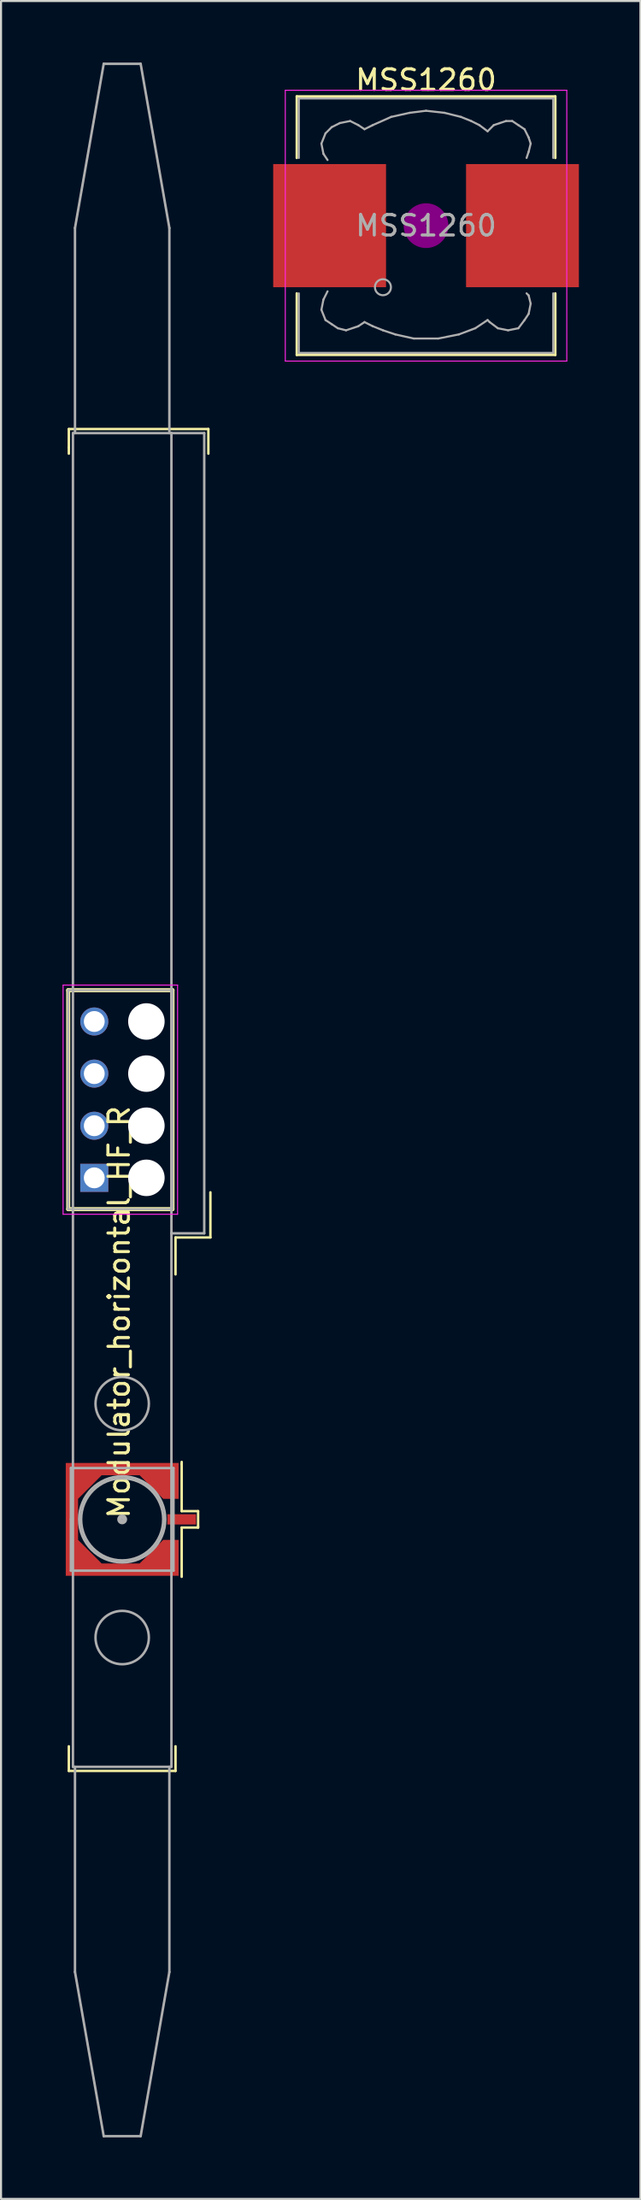
<source format=kicad_pcb>
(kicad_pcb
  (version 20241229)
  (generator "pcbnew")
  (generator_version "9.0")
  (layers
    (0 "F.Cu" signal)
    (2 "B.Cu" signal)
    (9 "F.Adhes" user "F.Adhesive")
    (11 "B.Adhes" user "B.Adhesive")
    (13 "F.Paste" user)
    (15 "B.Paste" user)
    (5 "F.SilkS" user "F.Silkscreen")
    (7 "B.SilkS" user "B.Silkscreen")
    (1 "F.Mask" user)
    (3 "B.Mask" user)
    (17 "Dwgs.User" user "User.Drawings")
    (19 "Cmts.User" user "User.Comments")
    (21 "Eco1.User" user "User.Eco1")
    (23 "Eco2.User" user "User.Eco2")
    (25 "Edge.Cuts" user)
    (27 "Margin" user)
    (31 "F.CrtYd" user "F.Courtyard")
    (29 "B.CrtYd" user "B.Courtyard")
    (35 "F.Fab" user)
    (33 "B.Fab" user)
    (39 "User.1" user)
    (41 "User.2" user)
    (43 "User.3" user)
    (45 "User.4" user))
  (footprint "MSS1260"
    (layer "F.Cu")
    (at 17.715 7.948)
    (property "Reference" "MSS1260" (at 0 -7.1 0) (layer "F.SilkS") (effects (font (size 1 1) (thickness 0.15))))
    (attr smd)
    (fp_line (start -6.3 -6.3) (end 6.3 -6.3) (stroke (width 0.12) (type solid)) (layer "F.SilkS"))
    (fp_line (start -6.3 -3.3) (end -6.3 -6.3) (stroke (width 0.12) (type solid)) (layer "F.SilkS"))
    (fp_line (start -6.3 6.3) (end -6.3 3.3) (stroke (width 0.12) (type solid)) (layer "F.SilkS"))
    (fp_line (start 6.3 -6.3) (end 6.3 -3.3) (stroke (width 0.12) (type solid)) (layer "F.SilkS"))
    (fp_line (start 6.3 3.3) (end 6.3 6.3) (stroke (width 0.12) (type solid)) (layer "F.SilkS"))
    (fp_line (start 6.3 6.3) (end -6.3 6.3) (stroke (width 0.12) (type solid)) (layer "F.SilkS"))
    (fp_circle (center 0 0) (end 0.15 0.15) (stroke (width 0.38) (type solid)) (fill no) (layer "F.Adhes"))
    (fp_circle (center 0 0) (end 0.55 0) (stroke (width 0.38) (type solid)) (fill no) (layer "F.Adhes"))
    (fp_circle (center 0 0) (end 0.9 0) (stroke (width 0.38) (type solid)) (fill no) (layer "F.Adhes"))
    (fp_line (start -6.86 -6.6) (end 6.86 -6.6) (stroke (width 0.05) (type solid)) (layer "F.CrtYd"))
    (fp_line (start -6.86 6.6) (end -6.86 -6.6) (stroke (width 0.05) (type solid)) (layer "F.CrtYd"))
    (fp_line (start 6.86 -6.6) (end 6.86 6.6) (stroke (width 0.05) (type solid)) (layer "F.CrtYd"))
    (fp_line (start 6.86 6.6) (end -6.86 6.6) (stroke (width 0.05) (type solid)) (layer "F.CrtYd"))
    (fp_line (start -6.2 -6.2) (end -6.2 -3.3) (stroke (width 0.1) (type solid)) (layer "F.Fab"))
    (fp_line (start -6.2 3.3) (end -6.2 6.2) (stroke (width 0.1) (type solid)) (layer "F.Fab"))
    (fp_line (start -6.2 6.2) (end 6.2 6.2) (stroke (width 0.1) (type solid)) (layer "F.Fab"))
    (fp_line (start -5.1 -4) (end -5 -3.5) (stroke (width 0.1) (type solid)) (layer "F.Fab"))
    (fp_line (start -5.1 4.1) (end -5 3.6) (stroke (width 0.1) (type solid)) (layer "F.Fab"))
    (fp_line (start -5 -3.5) (end -4.8 -3.2) (stroke (width 0.1) (type solid)) (layer "F.Fab"))
    (fp_line (start -5 3.6) (end -4.8 3.2) (stroke (width 0.1) (type solid)) (layer "F.Fab"))
    (fp_line (start -4.9 -4.5) (end -5.1 -4) (stroke (width 0.1) (type solid)) (layer "F.Fab"))
    (fp_line (start -4.9 4.6) (end -5.1 4.1) (stroke (width 0.1) (type solid)) (layer "F.Fab"))
    (fp_line (start -4.6 -4.8) (end -4.9 -4.5) (stroke (width 0.1) (type solid)) (layer "F.Fab"))
    (fp_line (start -4.6 4.8) (end -4.9 4.6) (stroke (width 0.1) (type solid)) (layer "F.Fab"))
    (fp_line (start -4.3 5) (end -4.6 4.8) (stroke (width 0.1) (type solid)) (layer "F.Fab"))
    (fp_line (start -4.2 -5) (end -4.6 -4.8) (stroke (width 0.1) (type solid)) (layer "F.Fab"))
    (fp_line (start -3.9 5.1) (end -4.3 5) (stroke (width 0.1) (type solid)) (layer "F.Fab"))
    (fp_line (start -3.7 -5.1) (end -4.2 -5) (stroke (width 0.1) (type solid)) (layer "F.Fab"))
    (fp_line (start -3.3 -4.9) (end -3.7 -5.1) (stroke (width 0.1) (type solid)) (layer "F.Fab"))
    (fp_line (start -3.3 4.9) (end -3.9 5.1) (stroke (width 0.1) (type solid)) (layer "F.Fab"))
    (fp_line (start -3 -4.7) (end -3.3 -4.9) (stroke (width 0.1) (type solid)) (layer "F.Fab"))
    (fp_line (start -3 4.7) (end -3.3 4.9) (stroke (width 0.1) (type solid)) (layer "F.Fab"))
    (fp_line (start -2.6 -4.9) (end -3 -4.7) (stroke (width 0.1) (type solid)) (layer "F.Fab"))
    (fp_line (start -2.6 4.9) (end -3 4.7) (stroke (width 0.1) (type solid)) (layer "F.Fab"))
    (fp_line (start -2.1 5.1) (end -2.6 4.9) (stroke (width 0.1) (type solid)) (layer "F.Fab"))
    (fp_line (start -1.7 -5.3) (end -2.6 -4.9) (stroke (width 0.1) (type solid)) (layer "F.Fab"))
    (fp_line (start -1.5 5.3) (end -2.1 5.1) (stroke (width 0.1) (type solid)) (layer "F.Fab"))
    (fp_line (start -0.8 -5.5) (end -1.7 -5.3) (stroke (width 0.1) (type solid)) (layer "F.Fab"))
    (fp_line (start -0.6 5.5) (end -1.5 5.3) (stroke (width 0.1) (type solid)) (layer "F.Fab"))
    (fp_line (start 0 -5.6) (end -0.8 -5.5) (stroke (width 0.1) (type solid)) (layer "F.Fab"))
    (fp_line (start 0.6 5.5) (end -0.6 5.5) (stroke (width 0.1) (type solid)) (layer "F.Fab"))
    (fp_line (start 0.9 -5.5) (end 0 -5.6) (stroke (width 0.1) (type solid)) (layer "F.Fab"))
    (fp_line (start 1.6 5.3) (end 0.6 5.5) (stroke (width 0.1) (type solid)) (layer "F.Fab"))
    (fp_line (start 1.7 -5.3) (end 0.9 -5.5) (stroke (width 0.1) (type solid)) (layer "F.Fab"))
    (fp_line (start 2.2 -5.1) (end 1.7 -5.3) (stroke (width 0.1) (type solid)) (layer "F.Fab"))
    (fp_line (start 2.4 5) (end 1.6 5.3) (stroke (width 0.1) (type solid)) (layer "F.Fab"))
    (fp_line (start 2.6 -4.9) (end 2.2 -5.1) (stroke (width 0.1) (type solid)) (layer "F.Fab"))
    (fp_line (start 3 -4.6) (end 2.6 -4.9) (stroke (width 0.1) (type solid)) (layer "F.Fab"))
    (fp_line (start 3 4.6) (end 2.4 5) (stroke (width 0.1) (type solid)) (layer "F.Fab"))
    (fp_line (start 3.1 4.7) (end 3 4.6) (stroke (width 0.1) (type solid)) (layer "F.Fab"))
    (fp_line (start 3.3 -4.9) (end 3 -4.6) (stroke (width 0.1) (type solid)) (layer "F.Fab"))
    (fp_line (start 3.5 5) (end 3.1 4.7) (stroke (width 0.1) (type solid)) (layer "F.Fab"))
    (fp_line (start 3.6 -5) (end 3.3 -4.9) (stroke (width 0.1) (type solid)) (layer "F.Fab"))
    (fp_line (start 3.9 -5.1) (end 3.6 -5) (stroke (width 0.1) (type solid)) (layer "F.Fab"))
    (fp_line (start 4 5.1) (end 3.5 5) (stroke (width 0.1) (type solid)) (layer "F.Fab"))
    (fp_line (start 4.2 -5.1) (end 3.9 -5.1) (stroke (width 0.1) (type solid)) (layer "F.Fab"))
    (fp_line (start 4.5 -4.9) (end 4.2 -5.1) (stroke (width 0.1) (type solid)) (layer "F.Fab"))
    (fp_line (start 4.5 5) (end 4 5.1) (stroke (width 0.1) (type solid)) (layer "F.Fab"))
    (fp_line (start 4.8 -4.7) (end 4.5 -4.9) (stroke (width 0.1) (type solid)) (layer "F.Fab"))
    (fp_line (start 4.8 4.6) (end 4.5 5) (stroke (width 0.1) (type solid)) (layer "F.Fab"))
    (fp_line (start 4.9 -3.3) (end 5 -3.6) (stroke (width 0.1) (type solid)) (layer "F.Fab"))
    (fp_line (start 4.9 3.3) (end 5 3.4) (stroke (width 0.1) (type solid)) (layer "F.Fab"))
    (fp_line (start 5 -4.3) (end 4.8 -4.7) (stroke (width 0.1) (type solid)) (layer "F.Fab"))
    (fp_line (start 5 -3.6) (end 5.1 -4) (stroke (width 0.1) (type solid)) (layer "F.Fab"))
    (fp_line (start 5 3.4) (end 5.1 3.8) (stroke (width 0.1) (type solid)) (layer "F.Fab"))
    (fp_line (start 5 4.3) (end 4.8 4.6) (stroke (width 0.1) (type solid)) (layer "F.Fab"))
    (fp_line (start 5.1 -4) (end 5 -4.3) (stroke (width 0.1) (type solid)) (layer "F.Fab"))
    (fp_line (start 5.1 3.8) (end 5 4.3) (stroke (width 0.1) (type solid)) (layer "F.Fab"))
    (fp_line (start 6.2 -6.2) (end -6.2 -6.2) (stroke (width 0.1) (type solid)) (layer "F.Fab"))
    (fp_line (start 6.2 -6.2) (end 6.2 -3.3) (stroke (width 0.1) (type solid)) (layer "F.Fab"))
    (fp_line (start 6.2 6.2) (end 6.2 3.3) (stroke (width 0.1) (type solid)) (layer "F.Fab"))
    (fp_circle (center -2.1 3) (end -1.8 3.25) (stroke (width 0.1) (type solid)) (fill no) (layer "F.Fab"))
    (fp_text user "${REFERENCE}" (at 0 0 0) (layer "F.Fab") (effects (font (size 1 1) (thickness 0.15))))
    (pad "1" smd rect (at -4.7 0) (size 5.5 6) (layers "F.Cu" "F.Mask" "F.Paste"))
    (pad "2" smd rect (at 4.7 0) (size 5.5 6) (layers "F.Cu" "F.Mask" "F.Paste")))
  (footprint "Modulator_horizontal_HF_R"
    (layer "F.Cu")
    (at 0.505 18.06)
    (property "Reference" "Modulator_horizontal_HF_R" (at 2.25 42.84 90) (layer "F.SilkS") (effects (font (size 1 1) (thickness 0.15))))
    (attr through_hole)
    (fp_poly (pts (xy 5.15 55.69) (xy 5.15 53.94) (xy 4.4 53.94) (xy 3.25 55.09) (xy 1.4 55.09) (xy 0.25 53.94) (xy 0.25 51.94) (xy 1.4 50.79) (xy 3.25 50.79) (xy 4.4 51.94) (xy 5.15 51.94) (xy 5.15 50.19) (xy -0.35 50.19) (xy -0.35 55.69)) (stroke (width 0.1) (type solid)) (fill yes) (layer "F.Mask"))
    (fp_line (start -0.23 27.15) (end -0.23 37.82) (stroke (width 0.2) (type solid)) (layer "F.SilkS"))
    (fp_line (start -0.23 37.82) (end 4.85 37.82) (stroke (width 0.2) (type solid)) (layer "F.SilkS"))
    (fp_line (start -0.2 -0.2) (end -0.2 0.7) (stroke (width 0.12) (type solid)) (layer "F.SilkS"))
    (fp_line (start -0.2 0.7) (end -0.2 1) (stroke (width 0.12) (type solid)) (layer "F.SilkS"))
    (fp_line (start -0.2 64) (end -0.2 65.2) (stroke (width 0.12) (type solid)) (layer "F.SilkS"))
    (fp_line (start -0.2 65.2) (end 5 65.2) (stroke (width 0.12) (type solid)) (layer "F.SilkS"))
    (fp_line (start 4.85 27.15) (end -0.23 27.15) (stroke (width 0.2) (type solid)) (layer "F.SilkS"))
    (fp_line (start 4.85 37.82) (end 4.85 27.15) (stroke (width 0.2) (type solid)) (layer "F.SilkS"))
    (fp_line (start 5 39.2) (end 5 41) (stroke (width 0.12) (type solid)) (layer "F.SilkS"))
    (fp_line (start 5 65.2) (end 5 64) (stroke (width 0.12) (type solid)) (layer "F.SilkS"))
    (fp_line (start 5.3 50.24) (end 5.3 50.14) (stroke (width 0.12) (type solid)) (layer "F.SilkS"))
    (fp_line (start 5.3 52.54) (end 5.3 50.24) (stroke (width 0.12) (type solid)) (layer "F.SilkS"))
    (fp_line (start 5.3 52.54) (end 6.1 52.54) (stroke (width 0.12) (type solid)) (layer "F.SilkS"))
    (fp_line (start 5.3 53.34) (end 5.3 55.74) (stroke (width 0.12) (type solid)) (layer "F.SilkS"))
    (fp_line (start 6.1 52.54) (end 6.1 53.29) (stroke (width 0.12) (type solid)) (layer "F.SilkS"))
    (fp_line (start 6.1 53.29) (end 6.1 53.34) (stroke (width 0.12) (type solid)) (layer "F.SilkS"))
    (fp_line (start 6.1 53.34) (end 5.3 53.34) (stroke (width 0.12) (type solid)) (layer "F.SilkS"))
    (fp_line (start 6.6 -0.2) (end -0.2 -0.2) (stroke (width 0.12) (type solid)) (layer "F.SilkS"))
    (fp_line (start 6.6 -0.2) (end 6.6 1) (stroke (width 0.12) (type solid)) (layer "F.SilkS"))
    (fp_line (start 6.7 37) (end 6.7 39.2) (stroke (width 0.12) (type solid)) (layer "F.SilkS"))
    (fp_line (start 6.7 39.2) (end 5 39.2) (stroke (width 0.12) (type solid)) (layer "F.SilkS"))
    (fp_poly (pts (xy 5.15 55.69) (xy 5.15 53.94) (xy 4.4 53.94) (xy 3.25 55.09) (xy 1.4 55.09) (xy 0.25 53.94) (xy 0.25 51.94) (xy 1.4 50.79) (xy 3.25 50.79) (xy 4.4 51.94) (xy 5.15 51.94) (xy 5.15 50.19) (xy -0.35 50.19) (xy -0.35 55.69)) (stroke (width 0.1) (type solid)) (fill yes) (layer "F.Paste"))
    (fp_line (start -0.48 26.9) (end -0.48 38.07) (stroke (width 0.05) (type solid)) (layer "F.CrtYd"))
    (fp_line (start -0.48 38.07) (end 5.1 38.07) (stroke (width 0.05) (type solid)) (layer "F.CrtYd"))
    (fp_line (start 5.1 26.9) (end -0.48 26.9) (stroke (width 0.05) (type solid)) (layer "F.CrtYd"))
    (fp_line (start 5.1 38.07) (end 5.1 26.9) (stroke (width 0.05) (type solid)) (layer "F.CrtYd"))
    (fp_line (start -0.23 27.15) (end 4.85 27.15) (stroke (width 0.1) (type solid)) (layer "F.Fab"))
    (fp_line (start -0.23 37.82) (end -0.23 27.15) (stroke (width 0.1) (type solid)) (layer "F.Fab"))
    (fp_line (start -0.1 50.44) (end 4.9 50.44) (stroke (width 0.12) (type solid)) (layer "F.Fab"))
    (fp_line (start -0.1 52.94) (end -0.1 50.44) (stroke (width 0.12) (type solid)) (layer "F.Fab"))
    (fp_line (start -0.1 55.44) (end -0.1 52.94) (stroke (width 0.12) (type solid)) (layer "F.Fab"))
    (fp_line (start 0 0) (end 4.8 0) (stroke (width 0.12) (type solid)) (layer "F.Fab"))
    (fp_line (start 0 65) (end 0 0) (stroke (width 0.12) (type solid)) (layer "F.Fab"))
    (fp_line (start 0.1 -10) (end 1.5 -18) (stroke (width 0.12) (type solid)) (layer "F.Fab"))
    (fp_line (start 0.1 0) (end 0.1 -10) (stroke (width 0.12) (type solid)) (layer "F.Fab"))
    (fp_line (start 0.1 75) (end 0.1 65) (stroke (width 0.12) (type solid)) (layer "F.Fab"))
    (fp_line (start 1.5 -18) (end 3.3 -18) (stroke (width 0.12) (type solid)) (layer "F.Fab"))
    (fp_line (start 1.5 83) (end 0.1 75) (stroke (width 0.12) (type solid)) (layer "F.Fab"))
    (fp_line (start 3.3 -18) (end 4.7 -10) (stroke (width 0.12) (type solid)) (layer "F.Fab"))
    (fp_line (start 3.3 83) (end 1.5 83) (stroke (width 0.12) (type solid)) (layer "F.Fab"))
    (fp_line (start 4.7 -10) (end 4.7 0) (stroke (width 0.12) (type solid)) (layer "F.Fab"))
    (fp_line (start 4.7 65) (end 4.7 75) (stroke (width 0.12) (type solid)) (layer "F.Fab"))
    (fp_line (start 4.7 75) (end 3.3 83) (stroke (width 0.12) (type solid)) (layer "F.Fab"))
    (fp_line (start 4.8 0) (end 4.8 65) (stroke (width 0.12) (type solid)) (layer "F.Fab"))
    (fp_line (start 4.8 0) (end 6.4 0) (stroke (width 0.12) (type solid)) (layer "F.Fab"))
    (fp_line (start 4.8 65) (end 0 65) (stroke (width 0.12) (type solid)) (layer "F.Fab"))
    (fp_line (start 4.85 27.15) (end 4.85 37.82) (stroke (width 0.1) (type solid)) (layer "F.Fab"))
    (fp_line (start 4.85 37.82) (end -0.23 37.82) (stroke (width 0.1) (type solid)) (layer "F.Fab"))
    (fp_line (start 4.9 50.44) (end 4.9 55.44) (stroke (width 0.12) (type solid)) (layer "F.Fab"))
    (fp_line (start 4.9 55.44) (end -0.1 55.44) (stroke (width 0.12) (type solid)) (layer "F.Fab"))
    (fp_line (start 6.4 0) (end 6.4 39) (stroke (width 0.12) (type solid)) (layer "F.Fab"))
    (fp_line (start 6.4 39) (end 4.8 39) (stroke (width 0.12) (type solid)) (layer "F.Fab"))
    (fp_circle (center 2.4 47.3) (end 2.4 46) (stroke (width 0.12) (type solid)) (fill no) (layer "F.Fab"))
    (fp_circle (center 2.4 52.94) (end 2.22 52.96) (stroke (width 0.12) (type solid)) (fill no) (layer "F.Fab"))
    (fp_circle (center 2.4 52.94) (end 2.3 52.94) (stroke (width 0.12) (type solid)) (fill no) (layer "F.Fab"))
    (fp_circle (center 2.4 52.94) (end 2.39 52.94) (stroke (width 0.12) (type solid)) (fill no) (layer "F.Fab"))
    (fp_circle (center 2.4 52.94) (end 2.4 50.94) (stroke (width 0.12) (type solid)) (fill no) (layer "F.Fab"))
    (fp_circle (center 2.4 52.94) (end 2.4 55.04) (stroke (width 0.12) (type solid)) (fill no) (layer "F.Fab"))
    (fp_circle (center 2.4 58.7) (end 2.4 57.4) (stroke (width 0.12) (type solid)) (fill no) (layer "F.Fab"))
    (pad "" np_thru_hole circle (at 3.58 28.675 270) (size 1.778 1.778) (drill 1.778) (layers "*.Cu" "*.Mask"))
    (pad "" np_thru_hole circle (at 3.58 31.215 270) (size 1.778 1.778) (drill 1.778) (layers "*.Cu" "*.Mask"))
    (pad "" np_thru_hole circle (at 3.58 33.755 270) (size 1.778 1.778) (drill 1.778) (layers "*.Cu" "*.Mask"))
    (pad "" np_thru_hole circle (at 3.58 36.295 270) (size 1.778 1.778) (drill 1.778) (layers "*.Cu" "*.Mask"))
    (pad "1" thru_hole rect (at 1.04 36.295 270) (size 1.366 1.366) (drill 1.016) (layers "*.Cu" "*.Mask"))
    (pad "2" thru_hole circle (at 1.04 33.755 270) (size 1.366 1.366) (drill 1.016) (layers "*.Cu" "*.Mask"))
    (pad "3" thru_hole circle (at 1.04 31.215 270) (size 1.366 1.366) (drill 1.016) (layers "*.Cu" "*.Mask"))
    (pad "4" thru_hole circle (at 1.04 28.675 270) (size 1.366 1.366) (drill 1.016) (layers "*.Cu" "*.Mask"))
    (pad "5" smd rect (at 5.3 52.94 90) (size 0.5 1.4) (layers "F.Cu" "F.Mask" "F.Paste"))
    (pad "6" smd custom (at 4.4 55.19) (size 0.5 0.5) (layers "F.Cu" "F.Mask" "F.Paste") (options (anchor rect)) (primitives (gr_poly (pts (xy 0.75 0.5) (xy 0.75 -1.25) (xy 0 -1.25) (xy -1.15 -0.1) (xy -3 -0.1) (xy -4.15 -1.25) (xy -4.15 -3.25) (xy -3 -4.4) (xy -1.15 -4.4) (xy 0 -3.25) (xy 0.75 -3.25) (xy 0.75 -5) (xy -4.75 -5) (xy -4.75 0.5)) (width 0) (fill yes)))))
  (gr_rect
    (start -3 -3)
    (end 28.165 104.12)
    (stroke (width 0.1) (type default))
    (fill no)
    (layer "Edge.Cuts")))
</source>
